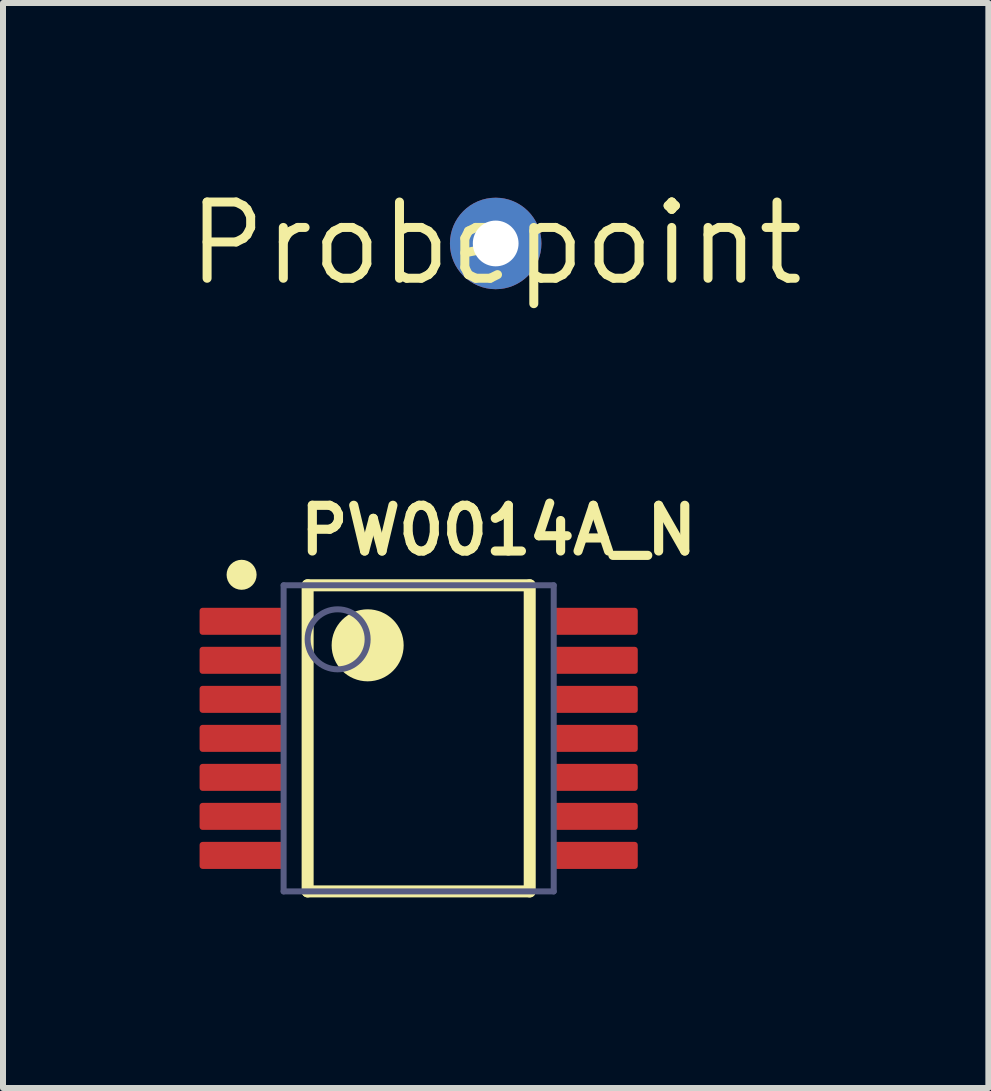
<source format=kicad_pcb>
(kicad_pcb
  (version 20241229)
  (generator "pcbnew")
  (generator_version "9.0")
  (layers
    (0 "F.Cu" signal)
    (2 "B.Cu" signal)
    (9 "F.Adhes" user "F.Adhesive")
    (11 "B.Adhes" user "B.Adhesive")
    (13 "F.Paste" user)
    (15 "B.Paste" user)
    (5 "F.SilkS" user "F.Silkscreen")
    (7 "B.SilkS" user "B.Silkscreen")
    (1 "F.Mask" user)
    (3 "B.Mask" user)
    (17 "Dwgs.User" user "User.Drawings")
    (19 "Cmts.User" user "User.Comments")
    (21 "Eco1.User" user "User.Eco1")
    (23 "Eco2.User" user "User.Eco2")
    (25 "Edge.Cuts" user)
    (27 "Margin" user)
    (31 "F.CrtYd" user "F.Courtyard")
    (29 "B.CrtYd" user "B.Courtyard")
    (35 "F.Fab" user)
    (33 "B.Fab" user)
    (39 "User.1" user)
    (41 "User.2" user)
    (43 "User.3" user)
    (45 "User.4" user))
  (footprint "PW0014A_N"
    (layer "F.Cu")
    (at 3.925 9.251)
    (property "Reference" "PW0014A_N" (at -2.053 -3.02 0) (unlocked yes) (layer "F.SilkS") (effects (font (size 0.762 0.762) (thickness 0.152)) (justify left bottom)))
    (fp_line (start -1.85 -2.55) (end 1.85 -2.55) (stroke (width 0.2) (type solid)) (layer "F.SilkS"))
    (fp_line (start -1.85 2.55) (end -1.85 -2.55) (stroke (width 0.2) (type solid)) (layer "F.SilkS"))
    (fp_line (start -1.85 2.55) (end 1.85 2.55) (stroke (width 0.2) (type solid)) (layer "F.SilkS"))
    (fp_line (start 1.85 2.55) (end 1.85 -2.55) (stroke (width 0.2) (type solid)) (layer "F.SilkS"))
    (fp_circle (center -2.95 -2.725) (end -2.95 -2.85) (stroke (width 0.25) (type solid)) (fill no) (layer "F.SilkS"))
    (fp_circle (center -0.85 -1.55) (end -0.85 -1.85) (stroke (width 0.6) (type solid)) (fill no) (layer "F.SilkS"))
    (fp_line (start -3.9 -2.8) (end 3.9 -2.8) (stroke (width 0.05) (type solid)) (layer "Eco1.User"))
    (fp_line (start -3.9 2.8) (end -3.9 -2.8) (stroke (width 0.05) (type solid)) (layer "Eco1.User"))
    (fp_line (start -3.9 2.8) (end 3.9 2.8) (stroke (width 0.05) (type solid)) (layer "Eco1.User"))
    (fp_line (start -0.5 0) (end 0.5 0) (stroke (width 0.1) (type solid)) (layer "Eco1.User"))
    (fp_line (start 0 0.5) (end 0 -0.5) (stroke (width 0.1) (type solid)) (layer "Eco1.User"))
    (fp_line (start 3.9 2.8) (end 3.9 -2.8) (stroke (width 0.05) (type solid)) (layer "Eco1.User"))
    (fp_line (start -2.25 -2.55) (end 2.25 -2.55) (stroke (width 0.1) (type solid)) (layer "B.Fab"))
    (fp_line (start -2.25 2.55) (end -2.25 -2.55) (stroke (width 0.1) (type solid)) (layer "B.Fab"))
    (fp_line (start -2.25 2.55) (end 2.25 2.55) (stroke (width 0.1) (type solid)) (layer "B.Fab"))
    (fp_line (start 2.25 2.55) (end 2.25 -2.55) (stroke (width 0.1) (type solid)) (layer "B.Fab"))
    (fp_circle (center -1.35 -1.65) (end -1.35 -2.15) (stroke (width 0.1) (type solid)) (fill no) (layer "B.Fab"))
    (pad "1" smd roundrect (at -2.95 -1.95 90) (size 0.45 1.4) (layers "F.Cu" "F.Mask" "F.Paste") (roundrect_rratio 0.11))
    (pad "2" smd roundrect (at -2.95 -1.3 90) (size 0.45 1.4) (layers "F.Cu" "F.Mask" "F.Paste") (roundrect_rratio 0.11))
    (pad "3" smd roundrect (at -2.95 -0.65 90) (size 0.45 1.4) (layers "F.Cu" "F.Mask" "F.Paste") (roundrect_rratio 0.11))
    (pad "4" smd roundrect (at -2.95 0 90) (size 0.45 1.4) (layers "F.Cu" "F.Mask" "F.Paste") (roundrect_rratio 0.11))
    (pad "5" smd roundrect (at -2.95 0.65 90) (size 0.45 1.4) (layers "F.Cu" "F.Mask" "F.Paste") (roundrect_rratio 0.11))
    (pad "6" smd roundrect (at -2.95 1.3 90) (size 0.45 1.4) (layers "F.Cu" "F.Mask" "F.Paste") (roundrect_rratio 0.11))
    (pad "7" smd roundrect (at -2.95 1.95 90) (size 0.45 1.4) (layers "F.Cu" "F.Mask" "F.Paste") (roundrect_rratio 0.11))
    (pad "8" smd roundrect (at 2.95 1.95 90) (size 0.45 1.4) (layers "F.Cu" "F.Mask" "F.Paste") (roundrect_rratio 0.11))
    (pad "9" smd roundrect (at 2.95 1.3 90) (size 0.45 1.4) (layers "F.Cu" "F.Mask" "F.Paste") (roundrect_rratio 0.11))
    (pad "10" smd roundrect (at 2.95 0.65 90) (size 0.45 1.4) (layers "F.Cu" "F.Mask" "F.Paste") (roundrect_rratio 0.11))
    (pad "11" smd roundrect (at 2.95 0 90) (size 0.45 1.4) (layers "F.Cu" "F.Mask" "F.Paste") (roundrect_rratio 0.11))
    (pad "12" smd roundrect (at 2.95 -0.65 90) (size 0.45 1.4) (layers "F.Cu" "F.Mask" "F.Paste") (roundrect_rratio 0.11))
    (pad "13" smd roundrect (at 2.95 -1.3 90) (size 0.45 1.4) (layers "F.Cu" "F.Mask" "F.Paste") (roundrect_rratio 0.11))
    (pad "14" smd roundrect (at 2.95 -1.95 90) (size 0.45 1.4) (layers "F.Cu" "F.Mask" "F.Paste") (roundrect_rratio 0.11)))
  (footprint "Probepoint"
    (layer "F.Cu")
    (at 5.208 1.006)
    (property "Reference" "Probepoint" (at 0 0 0) (layer "F.SilkS") (effects (font (size 1.27 1.27) (thickness 0.15))))
    (pad "7" thru_hole circle (at 0 0) (size 1.524 1.524) (drill 0.762) (layers "*.Cu" "*.Mask")))
  (gr_rect
    (start -3 -3)
    (end 13.416 15.076)
    (stroke (width 0.1) (type default))
    (fill no)
    (layer "Edge.Cuts")))
</source>
